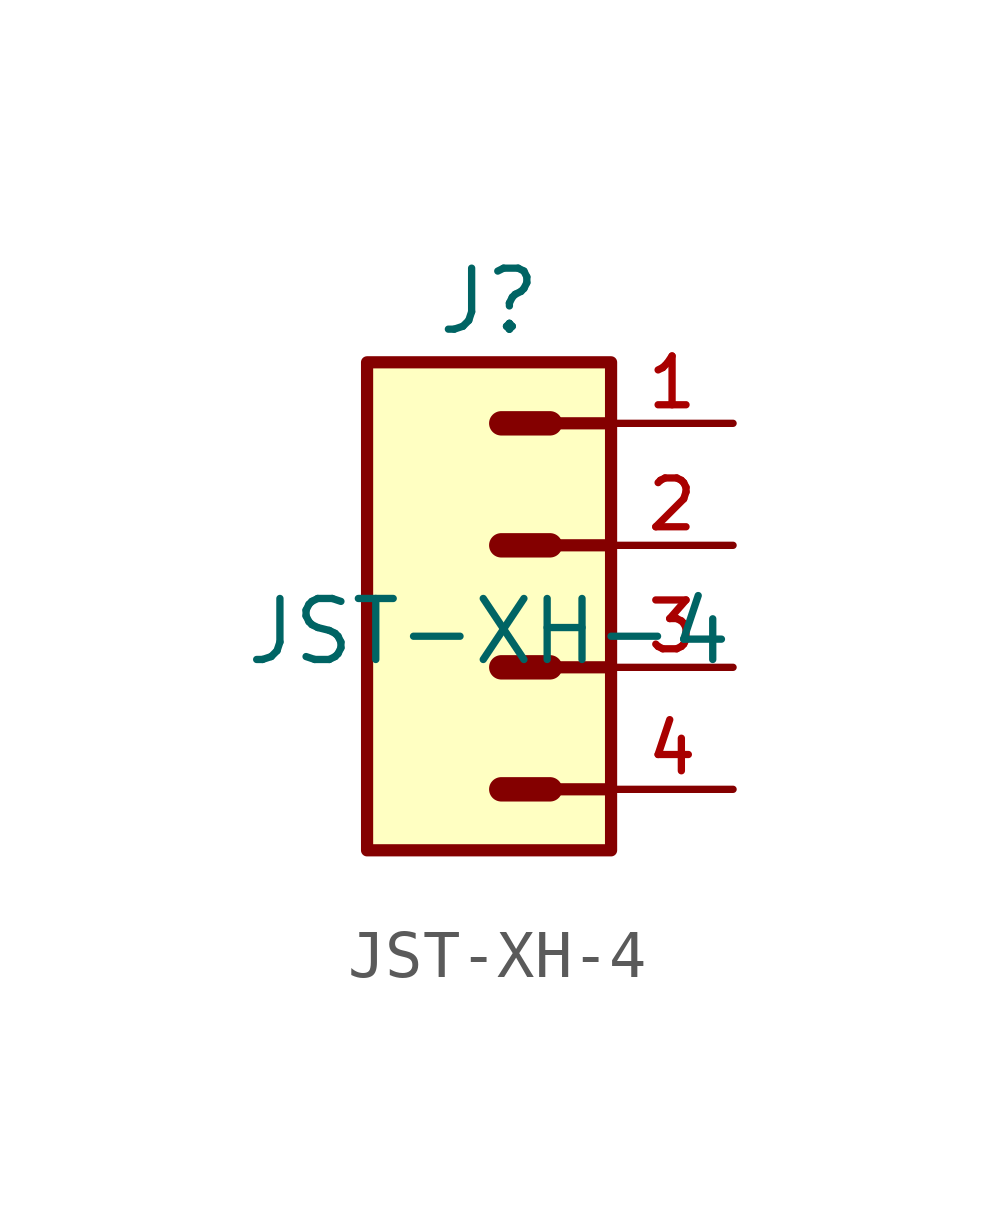
<source format=kicad_sym>
(kicad_symbol_lib
  (version 20211014)
  (generator kicad_symbol_editor)
  (symbol "JST-XH-4"
    (pin_names
      (offset 1.016))
    (property "Reference" "J"
      (at 0.0 7.62 0)
      (effects (font (size 1.27 1.27))))
    (property "Value" "JST-XH-4"
      (at 0 0.0 0)
      (effects (font (size 1.27 1.27)) (justify bottom)))
    (symbol "JST-XH-4_0_0"
      (polyline (pts (xy 2.54 5.08) (xy 1.27 5.08)) (stroke (width 0.254)))
      (polyline (pts (xy 2.54 2.54) (xy 1.27 2.54)) (stroke (width 0.254)))
      (polyline (pts (xy 1.27 5.08) (xy 0.254 5.08)) (stroke (width 0.508)))
      (polyline (pts (xy 1.27 2.54) (xy 0.254 2.54)) (stroke (width 0.508)))
      (polyline (pts (xy 1.27 0.0) (xy 0.254 0.0)) (stroke (width 0.508)))
      (polyline (pts (xy 1.27 -2.54) (xy 0.254 -2.54)) (stroke (width 0.508)))
      (polyline (pts (xy 2.54 0.0) (xy 1.27 0.0)) (stroke (width 0.254)))
      (polyline (pts (xy 2.54 -2.54) (xy 1.27 -2.54)) (stroke (width 0.254)))
      (rectangle (start -2.54 -3.81) (end 2.54 6.35) (stroke (width 0.254)) (fill (type background)))
      (pin bidirectional line (at 5.08 5.08 180.0) (length 2.54) (name "~" (effects (font (size 1.016 1.016)))) (number "1" (effects (font (size 1.016 1.016)))))
      (pin bidirectional line (at 5.08 2.54 180.0) (length 2.54) (name "~" (effects (font (size 1.016 1.016)))) (number "2" (effects (font (size 1.016 1.016)))))
      (pin bidirectional line (at 5.08 0.0 180.0) (length 2.54) (name "~" (effects (font (size 1.016 1.016)))) (number "3" (effects (font (size 1.016 1.016)))))
      (pin bidirectional line (at 5.08 -2.54 180.0) (length 2.54) (name "~" (effects (font (size 1.016 1.016)))) (number "4" (effects (font (size 1.016 1.016))))))))
</source>
